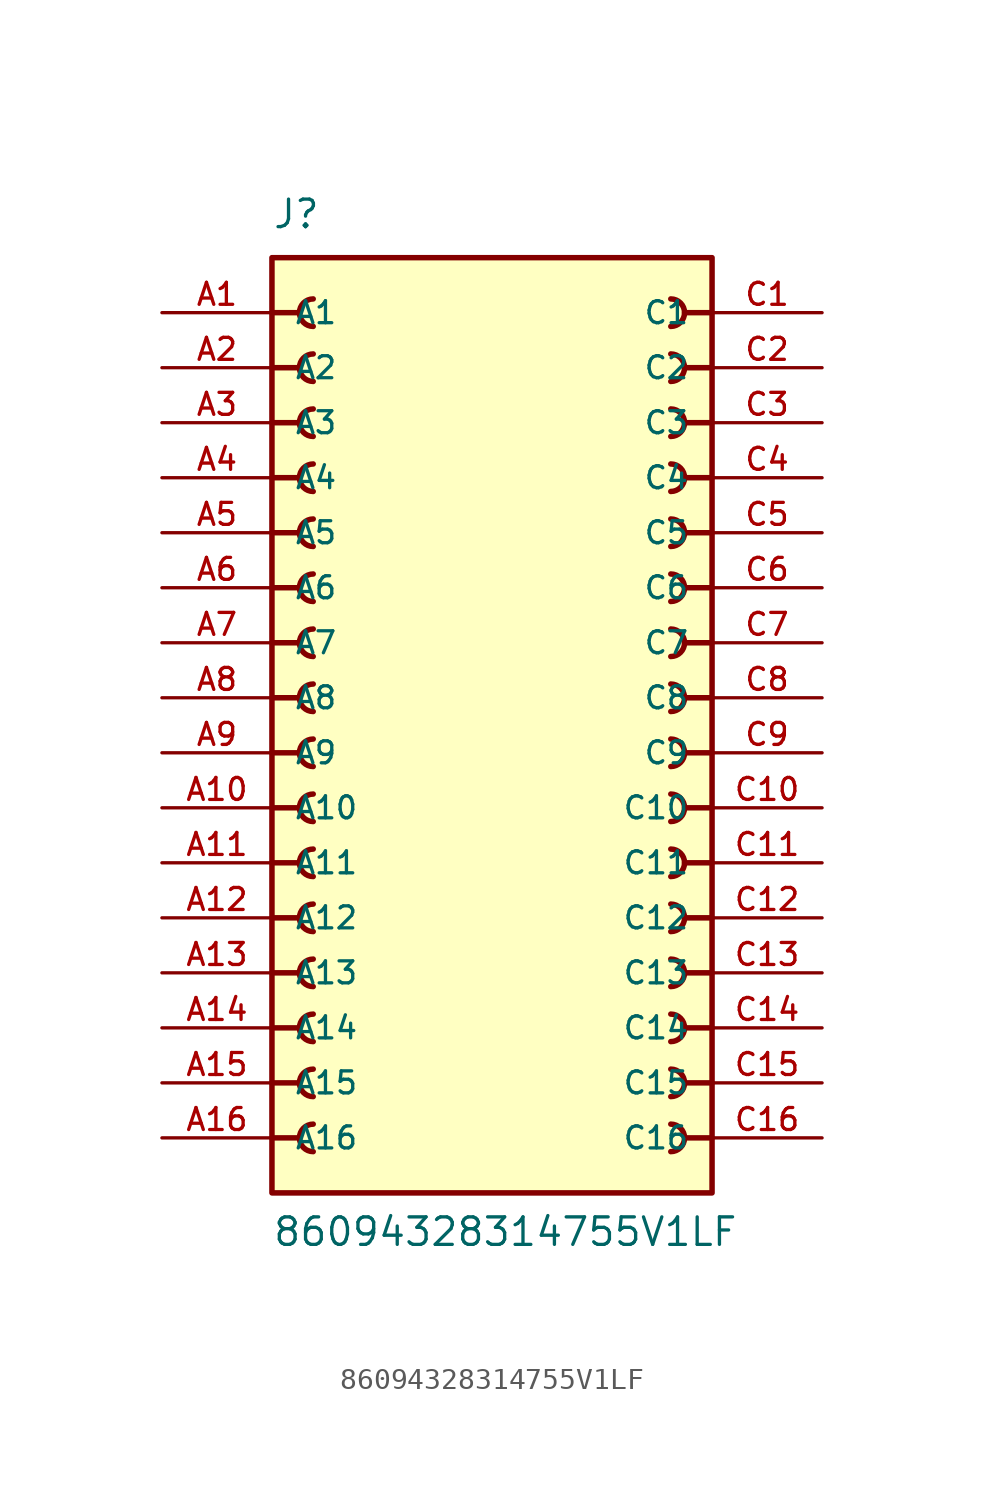
<source format=kicad_sym>
(kicad_symbol_lib
  (version 20211014)
  (generator kicad_symbol_editor)
  (symbol "86094328314755V1LF"
    (pin_names
      (offset 1.016))
    (property "Reference" "J"
      (at -10.16 21.59 0)
      (effects (font (size 1.27 1.27)) (justify bottom left)))
    (property "Value" "86094328314755V1LF"
      (at -10.16 -25.4 0)
      (effects (font (size 1.27 1.27)) (justify bottom left)))
    (symbol "86094328314755V1LF_0_0"
      (polyline (pts (xy -10.16 -20.32) (xy -8.89 -20.32)) (stroke (width 0.254)))
      (arc (start -8.255 -19.685) (mid -8.89 -20.32) (end -8.255 -20.955) (stroke (width 0.254) (type default) (color 0 0 0 0)) (fill (type none)))
      (polyline (pts (xy -10.16 -17.78) (xy -8.89 -17.78)) (stroke (width 0.254)))
      (arc (start -8.255 -17.145) (mid -8.89 -17.78) (end -8.255 -18.415) (stroke (width 0.254) (type default) (color 0 0 0 0)) (fill (type none)))
      (polyline (pts (xy -10.16 -15.24) (xy -8.89 -15.24)) (stroke (width 0.254)))
      (arc (start -8.255 -14.605) (mid -8.89 -15.24) (end -8.255 -15.875) (stroke (width 0.254) (type default) (color 0 0 0 0)) (fill (type none)))
      (polyline (pts (xy -10.16 -12.7) (xy -8.89 -12.7)) (stroke (width 0.254)))
      (arc (start -8.255 -12.065) (mid -8.89 -12.7) (end -8.255 -13.335) (stroke (width 0.254) (type default) (color 0 0 0 0)) (fill (type none)))
      (polyline (pts (xy -10.16 -10.16) (xy -8.89 -10.16)) (stroke (width 0.254)))
      (arc (start -8.255 -9.525) (mid -8.89 -10.16) (end -8.255 -10.795) (stroke (width 0.254) (type default) (color 0 0 0 0)) (fill (type none)))
      (polyline (pts (xy -10.16 -7.62) (xy -8.89 -7.62)) (stroke (width 0.254)))
      (arc (start -8.255 -6.985) (mid -8.89 -7.62) (end -8.255 -8.255) (stroke (width 0.254) (type default) (color 0 0 0 0)) (fill (type none)))
      (polyline (pts (xy -10.16 -5.08) (xy -8.89 -5.08)) (stroke (width 0.254)))
      (arc (start -8.255 -4.445) (mid -8.89 -5.08) (end -8.255 -5.715) (stroke (width 0.254) (type default) (color 0 0 0 0)) (fill (type none)))
      (polyline (pts (xy -10.16 -2.54) (xy -8.89 -2.54)) (stroke (width 0.254)))
      (arc (start -8.255 -1.905) (mid -8.89 -2.54) (end -8.255 -3.175) (stroke (width 0.254) (type default) (color 0 0 0 0)) (fill (type none)))
      (polyline (pts (xy -10.16 0.0) (xy -8.89 0.0)) (stroke (width 0.254)))
      (arc (start -8.255 0.635) (mid -8.89 -0.0) (end -8.255 -0.635) (stroke (width 0.254) (type default) (color 0 0 0 0)) (fill (type none)))
      (polyline (pts (xy -10.16 2.54) (xy -8.89 2.54)) (stroke (width 0.254)))
      (arc (start -8.255 3.175) (mid -8.89 2.54) (end -8.255 1.905) (stroke (width 0.254) (type default) (color 0 0 0 0)) (fill (type none)))
      (polyline (pts (xy -10.16 5.08) (xy -8.89 5.08)) (stroke (width 0.254)))
      (arc (start -8.255 5.715) (mid -8.89 5.08) (end -8.255 4.445) (stroke (width 0.254) (type default) (color 0 0 0 0)) (fill (type none)))
      (polyline (pts (xy -10.16 7.62) (xy -8.89 7.62)) (stroke (width 0.254)))
      (arc (start -8.255 8.255) (mid -8.89 7.62) (end -8.255 6.985) (stroke (width 0.254) (type default) (color 0 0 0 0)) (fill (type none)))
      (polyline (pts (xy -10.16 10.16) (xy -8.89 10.16)) (stroke (width 0.254)))
      (arc (start -8.255 10.795) (mid -8.89 10.16) (end -8.255 9.525) (stroke (width 0.254) (type default) (color 0 0 0 0)) (fill (type none)))
      (polyline (pts (xy -10.16 12.7) (xy -8.89 12.7)) (stroke (width 0.254)))
      (arc (start -8.255 13.335) (mid -8.89 12.7) (end -8.255 12.065) (stroke (width 0.254) (type default) (color 0 0 0 0)) (fill (type none)))
      (polyline (pts (xy -10.16 15.24) (xy -8.89 15.24)) (stroke (width 0.254)))
      (arc (start -8.255 15.875) (mid -8.89 15.24) (end -8.255 14.605) (stroke (width 0.254) (type default) (color 0 0 0 0)) (fill (type none)))
      (polyline (pts (xy -10.16 17.78) (xy -8.89 17.78)) (stroke (width 0.254)))
      (arc (start -8.255 18.415) (mid -8.89 17.78) (end -8.255 17.145) (stroke (width 0.254) (type default) (color 0 0 0 0)) (fill (type none)))
      (polyline (pts (xy 10.16 -20.32) (xy 8.89 -20.32)) (stroke (width 0.254)))
      (arc (start 8.255 -19.685) (mid 8.89 -20.32) (end 8.255 -20.955) (stroke (width 0.254) (type default) (color 0 0 0 0)) (fill (type none)))
      (polyline (pts (xy 10.16 -17.78) (xy 8.89 -17.78)) (stroke (width 0.254)))
      (arc (start 8.255 -17.145) (mid 8.89 -17.78) (end 8.255 -18.415) (stroke (width 0.254) (type default) (color 0 0 0 0)) (fill (type none)))
      (polyline (pts (xy 10.16 -15.24) (xy 8.89 -15.24)) (stroke (width 0.254)))
      (arc (start 8.255 -14.605) (mid 8.89 -15.24) (end 8.255 -15.875) (stroke (width 0.254) (type default) (color 0 0 0 0)) (fill (type none)))
      (polyline (pts (xy 10.16 -12.7) (xy 8.89 -12.7)) (stroke (width 0.254)))
      (arc (start 8.255 -12.065) (mid 8.89 -12.7) (end 8.255 -13.335) (stroke (width 0.254) (type default) (color 0 0 0 0)) (fill (type none)))
      (polyline (pts (xy 10.16 -10.16) (xy 8.89 -10.16)) (stroke (width 0.254)))
      (arc (start 8.255 -9.525) (mid 8.89 -10.16) (end 8.255 -10.795) (stroke (width 0.254) (type default) (color 0 0 0 0)) (fill (type none)))
      (polyline (pts (xy 10.16 -7.62) (xy 8.89 -7.62)) (stroke (width 0.254)))
      (arc (start 8.255 -6.985) (mid 8.89 -7.62) (end 8.255 -8.255) (stroke (width 0.254) (type default) (color 0 0 0 0)) (fill (type none)))
      (polyline (pts (xy 10.16 -5.08) (xy 8.89 -5.08)) (stroke (width 0.254)))
      (arc (start 8.255 -4.445) (mid 8.89 -5.08) (end 8.255 -5.715) (stroke (width 0.254) (type default) (color 0 0 0 0)) (fill (type none)))
      (polyline (pts (xy 10.16 -2.54) (xy 8.89 -2.54)) (stroke (width 0.254)))
      (arc (start 8.255 -1.905) (mid 8.89 -2.54) (end 8.255 -3.175) (stroke (width 0.254) (type default) (color 0 0 0 0)) (fill (type none)))
      (polyline (pts (xy 10.16 0.0) (xy 8.89 0.0)) (stroke (width 0.254)))
      (arc (start 8.255 0.635) (mid 8.89 -0.0) (end 8.255 -0.635) (stroke (width 0.254) (type default) (color 0 0 0 0)) (fill (type none)))
      (polyline (pts (xy 10.16 2.54) (xy 8.89 2.54)) (stroke (width 0.254)))
      (arc (start 8.255 3.175) (mid 8.89 2.54) (end 8.255 1.905) (stroke (width 0.254) (type default) (color 0 0 0 0)) (fill (type none)))
      (polyline (pts (xy 10.16 5.08) (xy 8.89 5.08)) (stroke (width 0.254)))
      (arc (start 8.255 5.715) (mid 8.89 5.08) (end 8.255 4.445) (stroke (width 0.254) (type default) (color 0 0 0 0)) (fill (type none)))
      (polyline (pts (xy 10.16 7.62) (xy 8.89 7.62)) (stroke (width 0.254)))
      (arc (start 8.255 8.255) (mid 8.89 7.62) (end 8.255 6.985) (stroke (width 0.254) (type default) (color 0 0 0 0)) (fill (type none)))
      (polyline (pts (xy 10.16 10.16) (xy 8.89 10.16)) (stroke (width 0.254)))
      (arc (start 8.255 10.795) (mid 8.89 10.16) (end 8.255 9.525) (stroke (width 0.254) (type default) (color 0 0 0 0)) (fill (type none)))
      (polyline (pts (xy 10.16 12.7) (xy 8.89 12.7)) (stroke (width 0.254)))
      (arc (start 8.255 13.335) (mid 8.89 12.7) (end 8.255 12.065) (stroke (width 0.254) (type default) (color 0 0 0 0)) (fill (type none)))
      (polyline (pts (xy 10.16 15.24) (xy 8.89 15.24)) (stroke (width 0.254)))
      (arc (start 8.255 15.875) (mid 8.89 15.24) (end 8.255 14.605) (stroke (width 0.254) (type default) (color 0 0 0 0)) (fill (type none)))
      (polyline (pts (xy 10.16 17.78) (xy 8.89 17.78)) (stroke (width 0.254)))
      (arc (start 8.255 18.415) (mid 8.89 17.78) (end 8.255 17.145) (stroke (width 0.254) (type default) (color 0 0 0 0)) (fill (type none)))
      (rectangle (start -10.16 -22.86) (end 10.16 20.32) (stroke (width 0.254)) (fill (type background)))
      (pin passive line (at -15.24 17.78 0) (length 5.08) (name "A1" (effects (font (size 1.016 1.016)))) (number "A1" (effects (font (size 1.016 1.016)))))
      (pin passive line (at -15.24 15.24 0) (length 5.08) (name "A2" (effects (font (size 1.016 1.016)))) (number "A2" (effects (font (size 1.016 1.016)))))
      (pin passive line (at -15.24 12.7 0) (length 5.08) (name "A3" (effects (font (size 1.016 1.016)))) (number "A3" (effects (font (size 1.016 1.016)))))
      (pin passive line (at -15.24 10.16 0) (length 5.08) (name "A4" (effects (font (size 1.016 1.016)))) (number "A4" (effects (font (size 1.016 1.016)))))
      (pin passive line (at -15.24 7.62 0) (length 5.08) (name "A5" (effects (font (size 1.016 1.016)))) (number "A5" (effects (font (size 1.016 1.016)))))
      (pin passive line (at -15.24 5.08 0) (length 5.08) (name "A6" (effects (font (size 1.016 1.016)))) (number "A6" (effects (font (size 1.016 1.016)))))
      (pin passive line (at -15.24 2.54 0) (length 5.08) (name "A7" (effects (font (size 1.016 1.016)))) (number "A7" (effects (font (size 1.016 1.016)))))
      (pin passive line (at -15.24 0.0 0) (length 5.08) (name "A8" (effects (font (size 1.016 1.016)))) (number "A8" (effects (font (size 1.016 1.016)))))
      (pin passive line (at -15.24 -2.54 0) (length 5.08) (name "A9" (effects (font (size 1.016 1.016)))) (number "A9" (effects (font (size 1.016 1.016)))))
      (pin passive line (at -15.24 -5.08 0) (length 5.08) (name "A10" (effects (font (size 1.016 1.016)))) (number "A10" (effects (font (size 1.016 1.016)))))
      (pin passive line (at -15.24 -7.62 0) (length 5.08) (name "A11" (effects (font (size 1.016 1.016)))) (number "A11" (effects (font (size 1.016 1.016)))))
      (pin passive line (at -15.24 -10.16 0) (length 5.08) (name "A12" (effects (font (size 1.016 1.016)))) (number "A12" (effects (font (size 1.016 1.016)))))
      (pin passive line (at -15.24 -12.7 0) (length 5.08) (name "A13" (effects (font (size 1.016 1.016)))) (number "A13" (effects (font (size 1.016 1.016)))))
      (pin passive line (at -15.24 -15.24 0) (length 5.08) (name "A14" (effects (font (size 1.016 1.016)))) (number "A14" (effects (font (size 1.016 1.016)))))
      (pin passive line (at -15.24 -17.78 0) (length 5.08) (name "A15" (effects (font (size 1.016 1.016)))) (number "A15" (effects (font (size 1.016 1.016)))))
      (pin passive line (at -15.24 -20.32 0) (length 5.08) (name "A16" (effects (font (size 1.016 1.016)))) (number "A16" (effects (font (size 1.016 1.016)))))
      (pin passive line (at 15.24 17.78 180.0) (length 5.08) (name "C1" (effects (font (size 1.016 1.016)))) (number "C1" (effects (font (size 1.016 1.016)))))
      (pin passive line (at 15.24 15.24 180.0) (length 5.08) (name "C2" (effects (font (size 1.016 1.016)))) (number "C2" (effects (font (size 1.016 1.016)))))
      (pin passive line (at 15.24 12.7 180.0) (length 5.08) (name "C3" (effects (font (size 1.016 1.016)))) (number "C3" (effects (font (size 1.016 1.016)))))
      (pin passive line (at 15.24 10.16 180.0) (length 5.08) (name "C4" (effects (font (size 1.016 1.016)))) (number "C4" (effects (font (size 1.016 1.016)))))
      (pin passive line (at 15.24 7.62 180.0) (length 5.08) (name "C5" (effects (font (size 1.016 1.016)))) (number "C5" (effects (font (size 1.016 1.016)))))
      (pin passive line (at 15.24 5.08 180.0) (length 5.08) (name "C6" (effects (font (size 1.016 1.016)))) (number "C6" (effects (font (size 1.016 1.016)))))
      (pin passive line (at 15.24 2.54 180.0) (length 5.08) (name "C7" (effects (font (size 1.016 1.016)))) (number "C7" (effects (font (size 1.016 1.016)))))
      (pin passive line (at 15.24 0.0 180.0) (length 5.08) (name "C8" (effects (font (size 1.016 1.016)))) (number "C8" (effects (font (size 1.016 1.016)))))
      (pin passive line (at 15.24 -2.54 180.0) (length 5.08) (name "C9" (effects (font (size 1.016 1.016)))) (number "C9" (effects (font (size 1.016 1.016)))))
      (pin passive line (at 15.24 -5.08 180.0) (length 5.08) (name "C10" (effects (font (size 1.016 1.016)))) (number "C10" (effects (font (size 1.016 1.016)))))
      (pin passive line (at 15.24 -7.62 180.0) (length 5.08) (name "C11" (effects (font (size 1.016 1.016)))) (number "C11" (effects (font (size 1.016 1.016)))))
      (pin passive line (at 15.24 -10.16 180.0) (length 5.08) (name "C12" (effects (font (size 1.016 1.016)))) (number "C12" (effects (font (size 1.016 1.016)))))
      (pin passive line (at 15.24 -12.7 180.0) (length 5.08) (name "C13" (effects (font (size 1.016 1.016)))) (number "C13" (effects (font (size 1.016 1.016)))))
      (pin passive line (at 15.24 -15.24 180.0) (length 5.08) (name "C14" (effects (font (size 1.016 1.016)))) (number "C14" (effects (font (size 1.016 1.016)))))
      (pin passive line (at 15.24 -17.78 180.0) (length 5.08) (name "C15" (effects (font (size 1.016 1.016)))) (number "C15" (effects (font (size 1.016 1.016)))))
      (pin passive line (at 15.24 -20.32 180.0) (length 5.08) (name "C16" (effects (font (size 1.016 1.016)))) (number "C16" (effects (font (size 1.016 1.016))))))))
</source>
